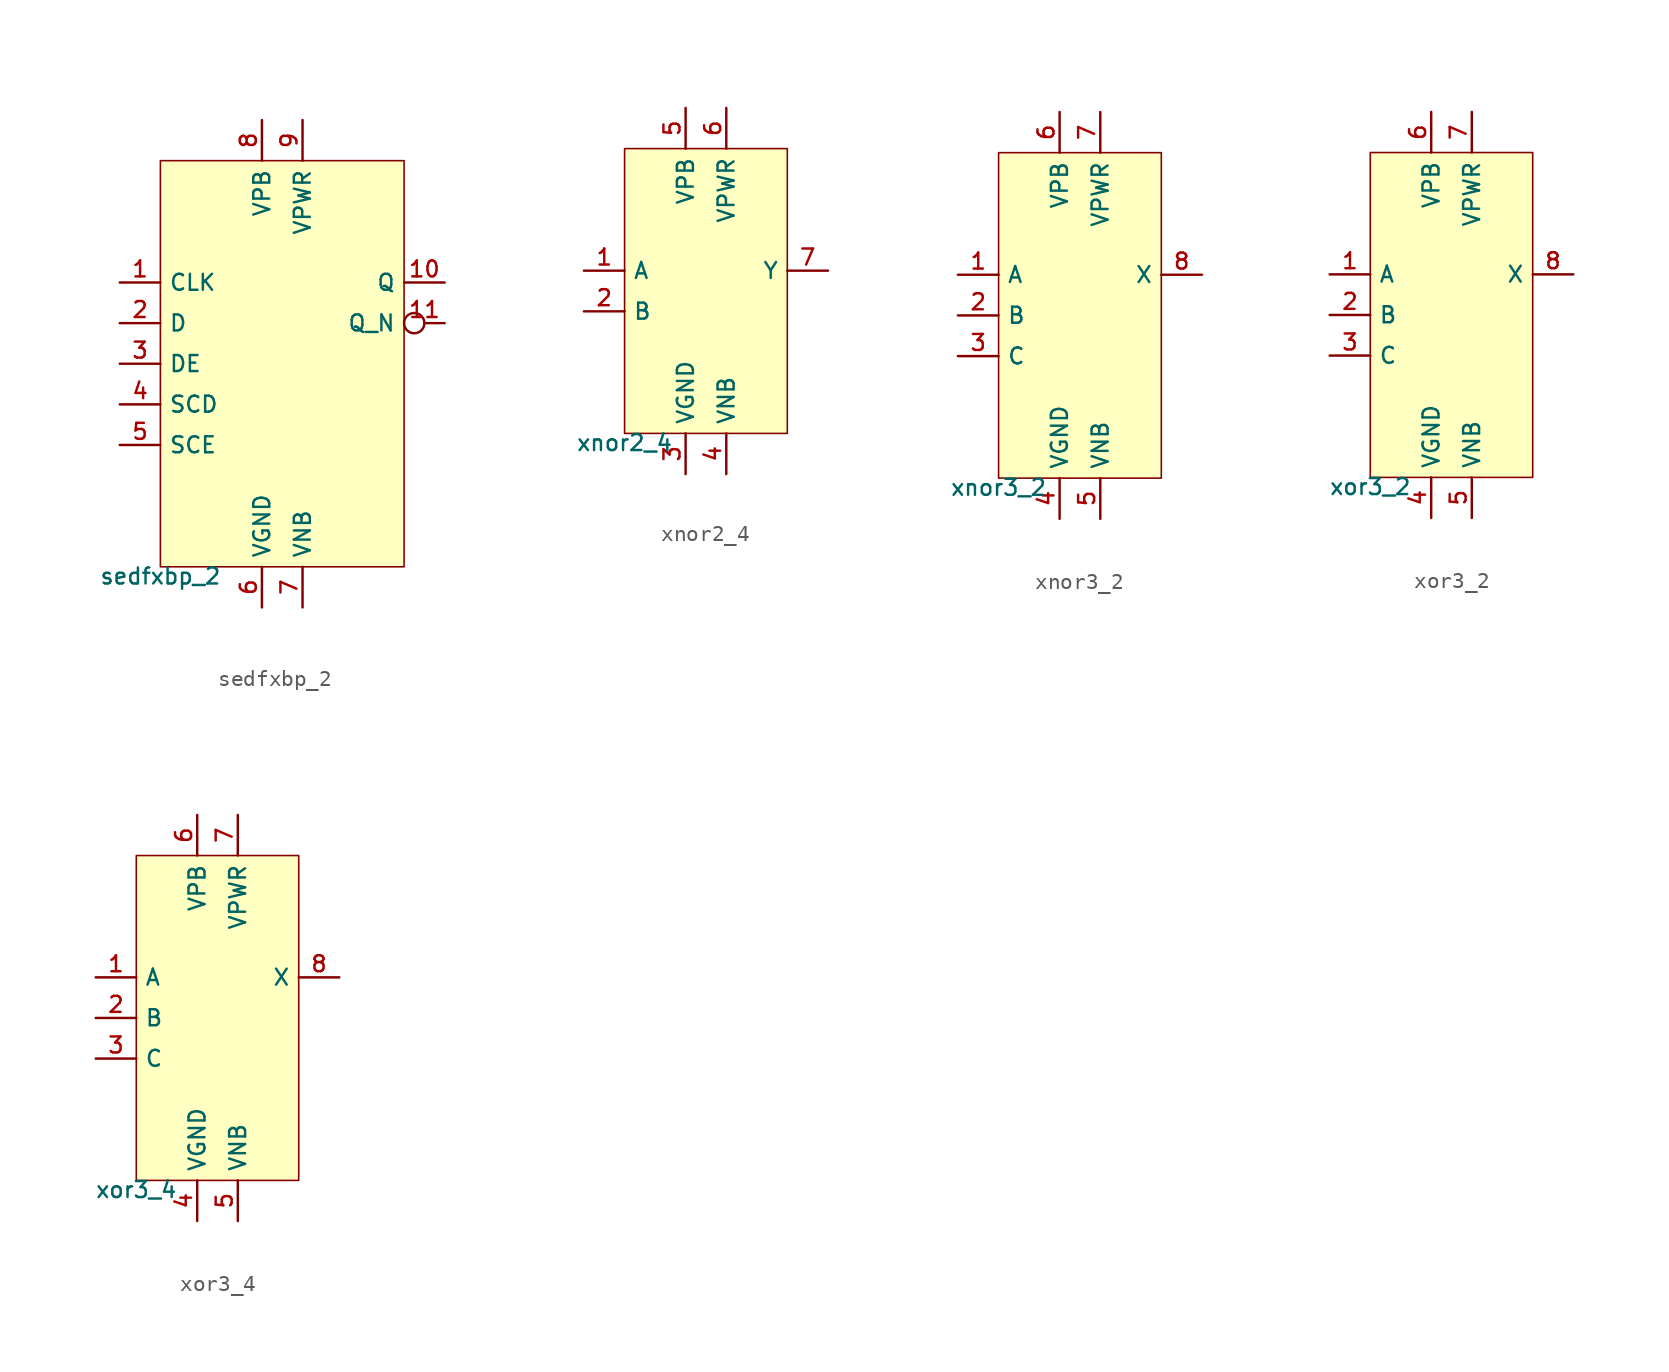
<source format=kicad_sym>
(kicad_symbol_lib
  (version 20211014)
  (generator pdk2kicad)
  (symbol "sedfxbp_2"
    (property "Reference" "X"
      (at 0 0 0)
      (effects (font (size 1 1)) hide))
    (property "Value" "sedfxbp_2"
      (at -7.62 -12.7 0)
      (effects (font (size 1 1)) (justify top)))
    (rectangle
      (start -7.62 -12.7)
      (end 7.62 12.7)
      (stroke (width 0.1) (type solid) (color 0 0 0 0))
      (fill (type background)))
    (pin input line
      (at -10.16 5.08 0)
      (length 2.54)
      (name "CLK" (effects (font (size 1 1)) hide))
      (number "1" (effects (font (size 1 1)) hide)))
    (pin input line
      (at -10.16 2.54 0)
      (length 2.54)
      (name "D" (effects (font (size 1 1)) hide))
      (number "2" (effects (font (size 1 1)) hide)))
    (pin input line
      (at -10.16 -8.881784197001252e-16 0)
      (length 2.54)
      (name "DE" (effects (font (size 1 1)) hide))
      (number "3" (effects (font (size 1 1)) hide)))
    (pin input line
      (at -10.16 -2.54 0)
      (length 2.54)
      (name "SCD" (effects (font (size 1 1)) hide))
      (number "4" (effects (font (size 1 1)) hide)))
    (pin input line
      (at -10.16 -5.08 0)
      (length 2.54)
      (name "SCE" (effects (font (size 1 1)) hide))
      (number "5" (effects (font (size 1 1)) hide)))
    (pin power_in line
      (at -1.27 -15.24 90)
      (length 2.54)
      (name "VGND" (effects (font (size 1 1)) hide))
      (number "6" (effects (font (size 1 1)) hide)))
    (pin power_in line
      (at 1.27 -15.24 90)
      (length 2.54)
      (name "VNB" (effects (font (size 1 1)) hide))
      (number "7" (effects (font (size 1 1)) hide)))
    (pin power_in line
      (at -1.27 15.24 270)
      (length 2.54)
      (name "VPB" (effects (font (size 1 1)) hide))
      (number "8" (effects (font (size 1 1)) hide)))
    (pin power_in line
      (at 1.27 15.24 270)
      (length 2.54)
      (name "VPWR" (effects (font (size 1 1)) hide))
      (number "9" (effects (font (size 1 1)) hide)))
    (pin output line
      (at 10.16 5.08 180)
      (length 2.54)
      (name "Q" (effects (font (size 1 1)) hide))
      (number "10" (effects (font (size 1 1)) hide)))
    (pin output inverted
      (at 10.16 2.54 180)
      (length 2.54)
      (name "Q_N" (effects (font (size 1 1)) hide))
      (number "11" (effects (font (size 1 1)) hide))))
  (symbol "xnor2_4"
    (property "Reference" "X"
      (at 0 0 0)
      (effects (font (size 1 1)) hide))
    (property "Value" "xnor2_4"
      (at -5.08 -8.89 0)
      (effects (font (size 1 1)) (justify top)))
    (rectangle
      (start -5.08 -8.89)
      (end 5.08 8.89)
      (stroke (width 0.1) (type solid) (color 0 0 0 0))
      (fill (type background)))
    (pin input line
      (at -7.62 1.27 0)
      (length 2.54)
      (name "A" (effects (font (size 1 1)) hide))
      (number "1" (effects (font (size 1 1)) hide)))
    (pin input line
      (at -7.62 -1.27 0)
      (length 2.54)
      (name "B" (effects (font (size 1 1)) hide))
      (number "2" (effects (font (size 1 1)) hide)))
    (pin power_in line
      (at -1.27 -11.43 90)
      (length 2.54)
      (name "VGND" (effects (font (size 1 1)) hide))
      (number "3" (effects (font (size 1 1)) hide)))
    (pin power_in line
      (at 1.27 -11.43 90)
      (length 2.54)
      (name "VNB" (effects (font (size 1 1)) hide))
      (number "4" (effects (font (size 1 1)) hide)))
    (pin power_in line
      (at -1.27 11.43 270)
      (length 2.54)
      (name "VPB" (effects (font (size 1 1)) hide))
      (number "5" (effects (font (size 1 1)) hide)))
    (pin power_in line
      (at 1.27 11.43 270)
      (length 2.54)
      (name "VPWR" (effects (font (size 1 1)) hide))
      (number "6" (effects (font (size 1 1)) hide)))
    (pin output line
      (at 7.62 1.27 180)
      (length 2.54)
      (name "Y" (effects (font (size 1 1)) hide))
      (number "7" (effects (font (size 1 1)) hide))))
  (symbol "xnor3_2"
    (property "Reference" "X"
      (at 0 0 0)
      (effects (font (size 1 1)) hide))
    (property "Value" "xnor3_2"
      (at -5.08 -10.16 0)
      (effects (font (size 1 1)) (justify top)))
    (rectangle
      (start -5.08 -10.16)
      (end 5.08 10.16)
      (stroke (width 0.1) (type solid) (color 0 0 0 0))
      (fill (type background)))
    (pin input line
      (at -7.62 2.54 0)
      (length 2.54)
      (name "A" (effects (font (size 1 1)) hide))
      (number "1" (effects (font (size 1 1)) hide)))
    (pin input line
      (at -7.62 0.0 0)
      (length 2.54)
      (name "B" (effects (font (size 1 1)) hide))
      (number "2" (effects (font (size 1 1)) hide)))
    (pin input line
      (at -7.62 -2.54 0)
      (length 2.54)
      (name "C" (effects (font (size 1 1)) hide))
      (number "3" (effects (font (size 1 1)) hide)))
    (pin power_in line
      (at -1.27 -12.7 90)
      (length 2.54)
      (name "VGND" (effects (font (size 1 1)) hide))
      (number "4" (effects (font (size 1 1)) hide)))
    (pin power_in line
      (at 1.27 -12.7 90)
      (length 2.54)
      (name "VNB" (effects (font (size 1 1)) hide))
      (number "5" (effects (font (size 1 1)) hide)))
    (pin power_in line
      (at -1.27 12.7 270)
      (length 2.54)
      (name "VPB" (effects (font (size 1 1)) hide))
      (number "6" (effects (font (size 1 1)) hide)))
    (pin power_in line
      (at 1.27 12.7 270)
      (length 2.54)
      (name "VPWR" (effects (font (size 1 1)) hide))
      (number "7" (effects (font (size 1 1)) hide)))
    (pin output line
      (at 7.62 2.54 180)
      (length 2.54)
      (name "X" (effects (font (size 1 1)) hide))
      (number "8" (effects (font (size 1 1)) hide))))
  (symbol "xor3_2"
    (property "Reference" "X"
      (at 0 0 0)
      (effects (font (size 1 1)) hide))
    (property "Value" "xor3_2"
      (at -5.08 -10.16 0)
      (effects (font (size 1 1)) (justify top)))
    (rectangle
      (start -5.08 -10.16)
      (end 5.08 10.16)
      (stroke (width 0.1) (type solid) (color 0 0 0 0))
      (fill (type background)))
    (pin input line
      (at -7.62 2.54 0)
      (length 2.54)
      (name "A" (effects (font (size 1 1)) hide))
      (number "1" (effects (font (size 1 1)) hide)))
    (pin input line
      (at -7.62 0.0 0)
      (length 2.54)
      (name "B" (effects (font (size 1 1)) hide))
      (number "2" (effects (font (size 1 1)) hide)))
    (pin input line
      (at -7.62 -2.54 0)
      (length 2.54)
      (name "C" (effects (font (size 1 1)) hide))
      (number "3" (effects (font (size 1 1)) hide)))
    (pin power_in line
      (at -1.27 -12.7 90)
      (length 2.54)
      (name "VGND" (effects (font (size 1 1)) hide))
      (number "4" (effects (font (size 1 1)) hide)))
    (pin power_in line
      (at 1.27 -12.7 90)
      (length 2.54)
      (name "VNB" (effects (font (size 1 1)) hide))
      (number "5" (effects (font (size 1 1)) hide)))
    (pin power_in line
      (at -1.27 12.7 270)
      (length 2.54)
      (name "VPB" (effects (font (size 1 1)) hide))
      (number "6" (effects (font (size 1 1)) hide)))
    (pin power_in line
      (at 1.27 12.7 270)
      (length 2.54)
      (name "VPWR" (effects (font (size 1 1)) hide))
      (number "7" (effects (font (size 1 1)) hide)))
    (pin output line
      (at 7.62 2.54 180)
      (length 2.54)
      (name "X" (effects (font (size 1 1)) hide))
      (number "8" (effects (font (size 1 1)) hide))))
  (symbol "xor3_4"
    (property "Reference" "X"
      (at 0 0 0)
      (effects (font (size 1 1)) hide))
    (property "Value" "xor3_4"
      (at -5.08 -10.16 0)
      (effects (font (size 1 1)) (justify top)))
    (rectangle
      (start -5.08 -10.16)
      (end 5.08 10.16)
      (stroke (width 0.1) (type solid) (color 0 0 0 0))
      (fill (type background)))
    (pin input line
      (at -7.62 2.54 0)
      (length 2.54)
      (name "A" (effects (font (size 1 1)) hide))
      (number "1" (effects (font (size 1 1)) hide)))
    (pin input line
      (at -7.62 0.0 0)
      (length 2.54)
      (name "B" (effects (font (size 1 1)) hide))
      (number "2" (effects (font (size 1 1)) hide)))
    (pin input line
      (at -7.62 -2.54 0)
      (length 2.54)
      (name "C" (effects (font (size 1 1)) hide))
      (number "3" (effects (font (size 1 1)) hide)))
    (pin power_in line
      (at -1.27 -12.7 90)
      (length 2.54)
      (name "VGND" (effects (font (size 1 1)) hide))
      (number "4" (effects (font (size 1 1)) hide)))
    (pin power_in line
      (at 1.27 -12.7 90)
      (length 2.54)
      (name "VNB" (effects (font (size 1 1)) hide))
      (number "5" (effects (font (size 1 1)) hide)))
    (pin power_in line
      (at -1.27 12.7 270)
      (length 2.54)
      (name "VPB" (effects (font (size 1 1)) hide))
      (number "6" (effects (font (size 1 1)) hide)))
    (pin power_in line
      (at 1.27 12.7 270)
      (length 2.54)
      (name "VPWR" (effects (font (size 1 1)) hide))
      (number "7" (effects (font (size 1 1)) hide)))
    (pin output line
      (at 7.62 2.54 180)
      (length 2.54)
      (name "X" (effects (font (size 1 1)) hide))
      (number "8" (effects (font (size 1 1)) hide)))))
</source>
